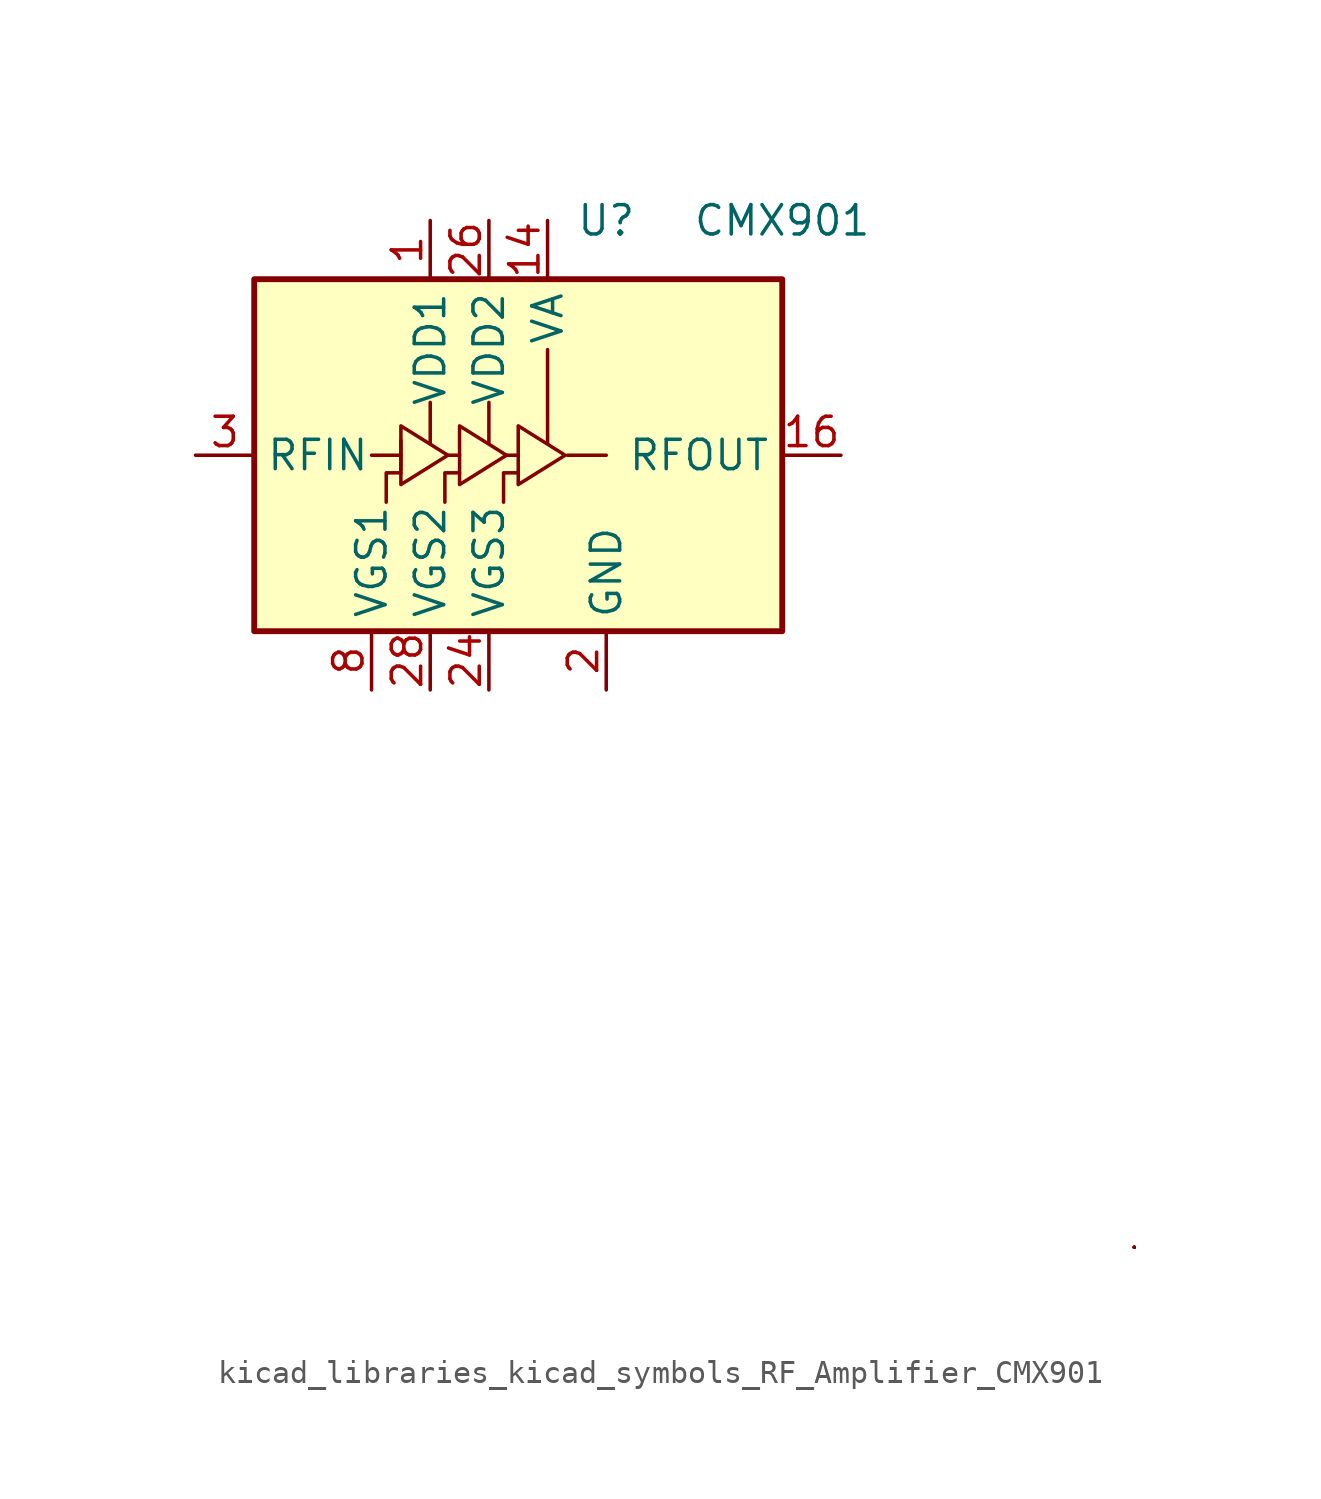
<source format=kicad_sym>
(kicad_symbol_lib
  (version 20220914)
  (generator kicad_symbol_editor)
  (symbol "kicad_libraries_kicad_symbols_RF_Amplifier_CMX901"
    (property "Reference" "U"
      (at 2.54 10.16 0)
      (effects (font (size 1.27 1.27))))
    (property "Value" "CMX901"
      (at 10.16 10.16 0)
      (effects (font (size 1.27 1.27))))
    (symbol "kicad_libraries_kicad_symbols_RF_Amplifier_CMX901_0_0"
      (pin passive line (at 2.54 -10.16 90) (length 2.54) hide (name "GND" (effects (font (size 1.27 1.27)))) (number "10" (effects (font (size 1.27 1.27)))))
      (pin passive line (at 2.54 -10.16 90) (length 2.54) hide (name "GND" (effects (font (size 1.27 1.27)))) (number "11" (effects (font (size 1.27 1.27)))))
      (pin passive line (at 2.54 -10.16 90) (length 2.54) hide (name "GND" (effects (font (size 1.27 1.27)))) (number "12" (effects (font (size 1.27 1.27)))))
      (pin passive line (at 2.54 -10.16 90) (length 2.54) hide (name "GND" (effects (font (size 1.27 1.27)))) (number "13" (effects (font (size 1.27 1.27)))))
      (pin passive line (at 2.54 -10.16 90) (length 2.54) hide (name "GND" (effects (font (size 1.27 1.27)))) (number "15" (effects (font (size 1.27 1.27)))))
      (pin power_in line (at 2.54 -10.16 90) (length 2.54) (name "GND" (effects (font (size 1.27 1.27)))) (number "2" (effects (font (size 1.27 1.27)))))
      (pin passive line (at 2.54 -10.16 90) (length 2.54) hide (name "GND" (effects (font (size 1.27 1.27)))) (number "21" (effects (font (size 1.27 1.27)))))
      (pin passive line (at 2.54 -10.16 90) (length 2.54) hide (name "GND" (effects (font (size 1.27 1.27)))) (number "22" (effects (font (size 1.27 1.27)))))
      (pin passive line (at 2.54 -10.16 90) (length 2.54) hide (name "GND" (effects (font (size 1.27 1.27)))) (number "23" (effects (font (size 1.27 1.27)))))
      (pin passive line (at 2.54 -10.16 90) (length 2.54) hide (name "GND" (effects (font (size 1.27 1.27)))) (number "25" (effects (font (size 1.27 1.27)))))
      (pin passive line (at 2.54 -10.16 90) (length 2.54) hide (name "GND" (effects (font (size 1.27 1.27)))) (number "27" (effects (font (size 1.27 1.27)))))
      (pin passive line (at 2.54 -10.16 90) (length 2.54) hide (name "GND" (effects (font (size 1.27 1.27)))) (number "29" (effects (font (size 1.27 1.27)))))
      (pin passive line (at 2.54 -10.16 90) (length 2.54) hide (name "GND" (effects (font (size 1.27 1.27)))) (number "4" (effects (font (size 1.27 1.27)))))
      (pin passive line (at 2.54 -10.16 90) (length 2.54) hide (name "GND" (effects (font (size 1.27 1.27)))) (number "6" (effects (font (size 1.27 1.27)))))
      (pin passive line (at 2.54 -10.16 90) (length 2.54) hide (name "GND" (effects (font (size 1.27 1.27)))) (number "7" (effects (font (size 1.27 1.27)))))
      (pin passive line (at 2.54 -10.16 90) (length 2.54) hide (name "GND" (effects (font (size 1.27 1.27)))) (number "9" (effects (font (size 1.27 1.27))))))
    (symbol "kicad_libraries_kicad_symbols_RF_Amplifier_CMX901_0_1"
      (rectangle (start -12.7 7.62) (end 10.16 -7.62) (stroke (width 0.254) (type default)) (fill (type background)))
      (polyline (pts (xy -7.62 0) (xy -6.35 0)) (stroke (width 0) (type default)) (fill (type none)))
      (polyline (pts (xy -6.35 -0.635) (xy -6.35 0.635)) (stroke (width 0) (type default)) (fill (type none)))
      (polyline (pts (xy -5.08 0.508) (xy -5.08 2.286)) (stroke (width 0) (type default)) (fill (type none)))
      (polyline (pts (xy -4.318 0) (xy -3.81 0)) (stroke (width 0) (type default)) (fill (type none)))
      (polyline (pts (xy -2.54 0.508) (xy -2.54 2.286)) (stroke (width 0) (type default)) (fill (type none)))
      (polyline (pts (xy -1.778 0) (xy -1.27 0)) (stroke (width 0) (type default)) (fill (type none)))
      (polyline (pts (xy 0 0.508) (xy 0 4.572)) (stroke (width 0) (type default)) (fill (type none)))
      (polyline (pts (xy 0.864 0) (xy 2.54 0)) (stroke (width 0) (type default)) (fill (type none)))
      (polyline (pts (xy 25.4 -34.29) (xy 25.4 -34.29)) (stroke (width 0) (type default)) (fill (type none)))
      (polyline (pts (xy 25.4 -34.29) (xy 25.4 -34.29)) (stroke (width 0) (type default)) (fill (type none)))
      (polyline (pts (xy 25.4 -34.29) (xy 25.4 -34.29)) (stroke (width 0) (type default)) (fill (type none)))
      (polyline (pts (xy 25.4 -34.29) (xy 25.4 -34.29)) (stroke (width 0) (type default)) (fill (type none)))
      (polyline (pts (xy -6.35 -0.762) (xy -6.985 -0.762) (xy -6.985 -2.032)) (stroke (width 0) (type default)) (fill (type none)))
      (polyline (pts (xy -3.81 -0.762) (xy -4.445 -0.762) (xy -4.445 -2.032)) (stroke (width 0) (type default)) (fill (type none)))
      (polyline (pts (xy -1.27 -0.762) (xy -1.905 -0.762) (xy -1.905 -2.032)) (stroke (width 0) (type default)) (fill (type none)))
      (polyline (pts (xy -6.35 0) (xy -6.35 1.27) (xy -4.318 0) (xy -6.35 -1.27) (xy -6.35 0)) (stroke (width 0) (type default)) (fill (type none)))
      (polyline (pts (xy -3.81 0) (xy -3.81 1.27) (xy -1.778 0) (xy -3.81 -1.27) (xy -3.81 0)) (stroke (width 0) (type default)) (fill (type none)))
      (polyline (pts (xy -1.27 0) (xy -1.27 1.27) (xy 0.762 0) (xy -1.27 -1.27) (xy -1.27 0)) (stroke (width 0) (type default)) (fill (type none))))
    (symbol "kicad_libraries_kicad_symbols_RF_Amplifier_CMX901_1_1"
      (pin power_in line (at -5.08 10.16 270) (length 2.54) (name "VDD1" (effects (font (size 1.27 1.27)))) (number "1" (effects (font (size 1.27 1.27)))))
      (pin power_in line (at 0 10.16 270) (length 2.54) (name "VA" (effects (font (size 1.27 1.27)))) (number "14" (effects (font (size 1.27 1.27)))))
      (pin output line (at 12.7 0 180) (length 2.54) (name "RFOUT" (effects (font (size 1.27 1.27)))) (number "16" (effects (font (size 1.27 1.27)))))
      (pin output line (at 12.7 0 180) (length 2.54) hide (name "RFOUT" (effects (font (size 1.27 1.27)))) (number "17" (effects (font (size 1.27 1.27)))))
      (pin output line (at 12.7 0 180) (length 2.54) hide (name "RFOUT" (effects (font (size 1.27 1.27)))) (number "18" (effects (font (size 1.27 1.27)))))
      (pin output line (at 12.7 0 180) (length 2.54) hide (name "RFOUT" (effects (font (size 1.27 1.27)))) (number "19" (effects (font (size 1.27 1.27)))))
      (pin output line (at 12.7 0 180) (length 2.54) hide (name "RFOUT" (effects (font (size 1.27 1.27)))) (number "20" (effects (font (size 1.27 1.27)))))
      (pin input line (at -2.54 -10.16 90) (length 2.54) (name "VGS3" (effects (font (size 1.27 1.27)))) (number "24" (effects (font (size 1.27 1.27)))))
      (pin power_in line (at -2.54 10.16 270) (length 2.54) (name "VDD2" (effects (font (size 1.27 1.27)))) (number "26" (effects (font (size 1.27 1.27)))))
      (pin input line (at -5.08 -10.16 90) (length 2.54) (name "VGS2" (effects (font (size 1.27 1.27)))) (number "28" (effects (font (size 1.27 1.27)))))
      (pin input line (at -15.24 0 0) (length 2.54) (name "RFIN" (effects (font (size 1.27 1.27)))) (number "3" (effects (font (size 1.27 1.27)))))
      (pin input line (at -15.24 0 0) (length 2.54) hide (name "RFIN" (effects (font (size 1.27 1.27)))) (number "5" (effects (font (size 1.27 1.27)))))
      (pin input line (at -7.62 -10.16 90) (length 2.54) (name "VGS1" (effects (font (size 1.27 1.27)))) (number "8" (effects (font (size 1.27 1.27))))))))
</source>
